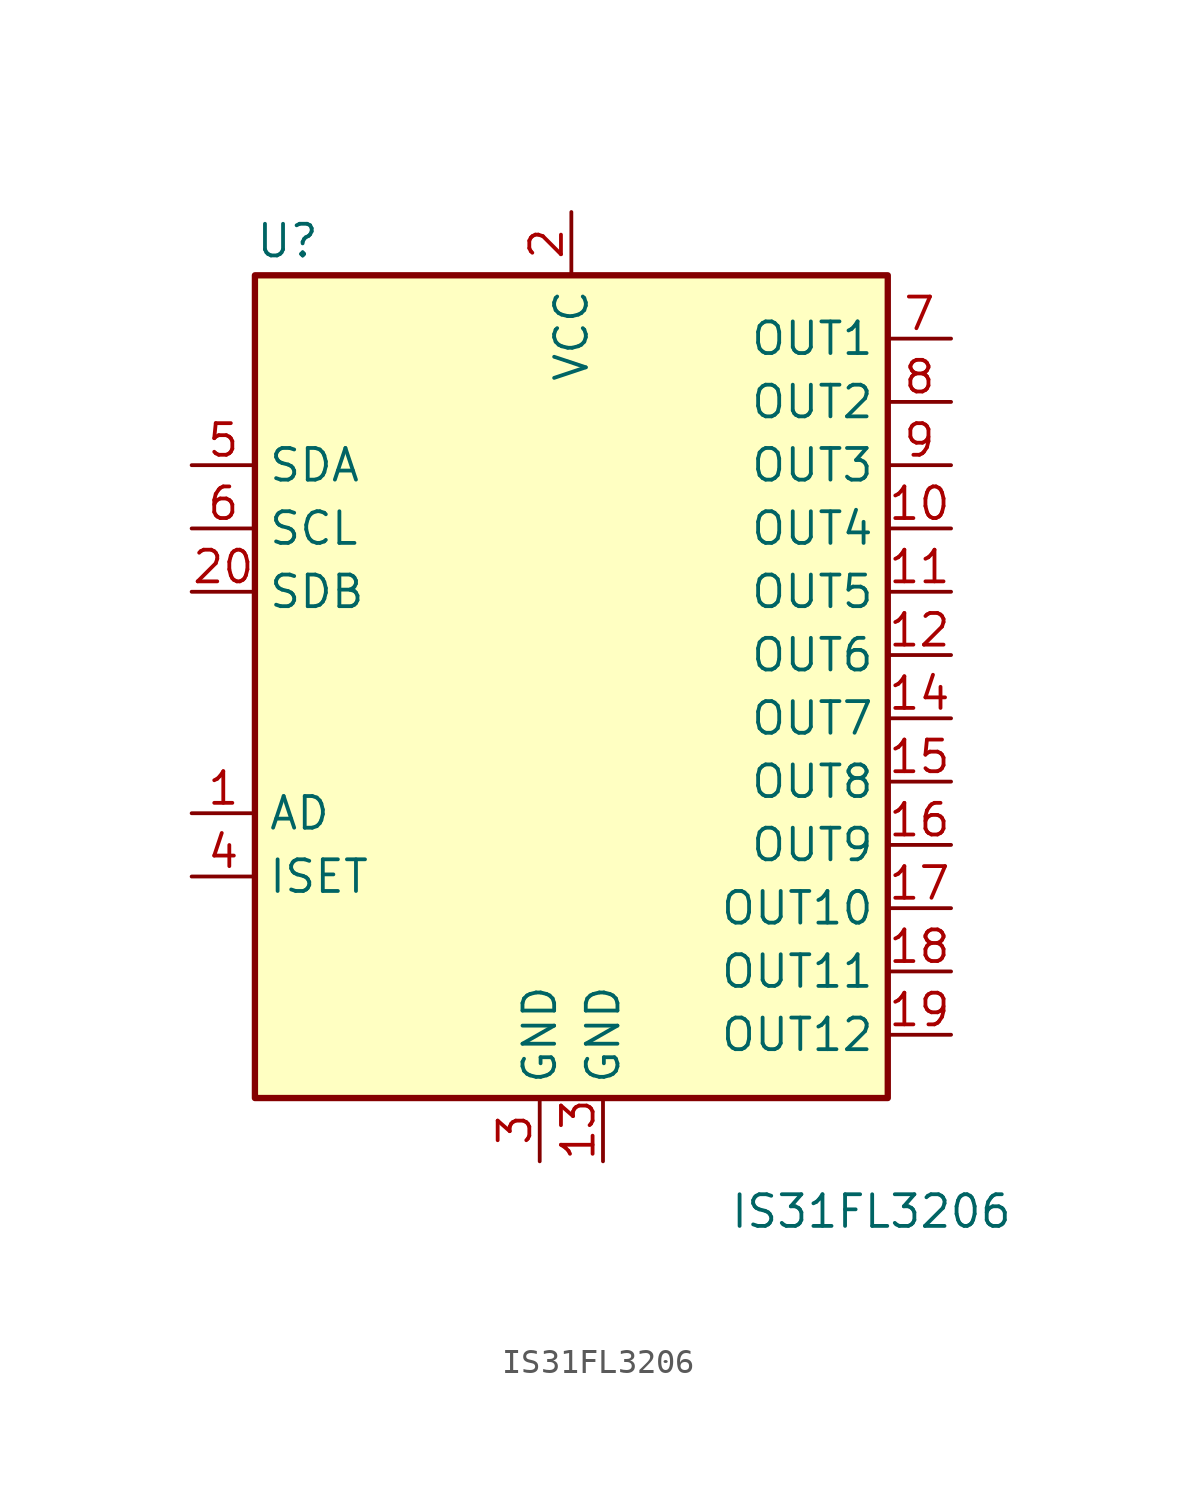
<source format=kicad_sym>
(kicad_symbol_lib
  (version 20220914)
  (generator kicad_symbol_editor)
  (symbol "IS31FL3206"
    (property "Reference" "U"
      (at -12.7 15.875 0)
      (effects (font (size 1.27 1.27)) (justify left bottom)))
    (property "Value" "IS31FL3206"
      (at 6.35 -21.59 0)
      (effects (font (size 1.27 1.27)) (justify left top)))
    (symbol "IS31FL3206_0_1"
      (rectangle (start -12.7 15.24) (end 12.7 -17.78) (stroke (width 0.254) (type default)) (fill (type background))))
    (symbol "IS31FL3206_1_1"
      (pin input line (at -15.24 -6.35 0) (length 2.54) (name "AD" (effects (font (size 1.27 1.27)))) (number "1" (effects (font (size 1.27 1.27)))))
      (pin open_collector line (at 15.24 5.08 180) (length 2.54) (name "OUT4" (effects (font (size 1.27 1.27)))) (number "10" (effects (font (size 1.27 1.27)))))
      (pin open_collector line (at 15.24 2.54 180) (length 2.54) (name "OUT5" (effects (font (size 1.27 1.27)))) (number "11" (effects (font (size 1.27 1.27)))))
      (pin open_collector line (at 15.24 0 180) (length 2.54) (name "OUT6" (effects (font (size 1.27 1.27)))) (number "12" (effects (font (size 1.27 1.27)))))
      (pin power_in line (at 1.27 -20.32 90) (length 2.54) (name "GND" (effects (font (size 1.27 1.27)))) (number "13" (effects (font (size 1.27 1.27)))))
      (pin open_collector line (at 15.24 -2.54 180) (length 2.54) (name "OUT7" (effects (font (size 1.27 1.27)))) (number "14" (effects (font (size 1.27 1.27)))))
      (pin open_collector line (at 15.24 -5.08 180) (length 2.54) (name "OUT8" (effects (font (size 1.27 1.27)))) (number "15" (effects (font (size 1.27 1.27)))))
      (pin open_collector line (at 15.24 -7.62 180) (length 2.54) (name "OUT9" (effects (font (size 1.27 1.27)))) (number "16" (effects (font (size 1.27 1.27)))))
      (pin open_collector line (at 15.24 -10.16 180) (length 2.54) (name "OUT10" (effects (font (size 1.27 1.27)))) (number "17" (effects (font (size 1.27 1.27)))))
      (pin open_collector line (at 15.24 -12.7 180) (length 2.54) (name "OUT11" (effects (font (size 1.27 1.27)))) (number "18" (effects (font (size 1.27 1.27)))))
      (pin open_collector line (at 15.24 -15.24 180) (length 2.54) (name "OUT12" (effects (font (size 1.27 1.27)))) (number "19" (effects (font (size 1.27 1.27)))))
      (pin power_in line (at 0 17.78 270) (length 2.54) (name "VCC" (effects (font (size 1.27 1.27)))) (number "2" (effects (font (size 1.27 1.27)))))
      (pin input line (at -15.24 2.54 0) (length 2.54) (name "SDB" (effects (font (size 1.27 1.27)))) (number "20" (effects (font (size 1.27 1.27)))))
      (pin power_in line (at -1.27 -20.32 90) (length 2.54) (name "GND" (effects (font (size 1.27 1.27)))) (number "3" (effects (font (size 1.27 1.27)))))
      (pin passive line (at -15.24 -8.89 0) (length 2.54) (name "ISET" (effects (font (size 1.27 1.27)))) (number "4" (effects (font (size 1.27 1.27)))))
      (pin bidirectional line (at -15.24 7.62 0) (length 2.54) (name "SDA" (effects (font (size 1.27 1.27)))) (number "5" (effects (font (size 1.27 1.27)))))
      (pin input line (at -15.24 5.08 0) (length 2.54) (name "SCL" (effects (font (size 1.27 1.27)))) (number "6" (effects (font (size 1.27 1.27)))))
      (pin open_collector line (at 15.24 12.7 180) (length 2.54) (name "OUT1" (effects (font (size 1.27 1.27)))) (number "7" (effects (font (size 1.27 1.27)))))
      (pin open_collector line (at 15.24 10.16 180) (length 2.54) (name "OUT2" (effects (font (size 1.27 1.27)))) (number "8" (effects (font (size 1.27 1.27)))))
      (pin open_collector line (at 15.24 7.62 180) (length 2.54) (name "OUT3" (effects (font (size 1.27 1.27)))) (number "9" (effects (font (size 1.27 1.27))))))))
</source>
